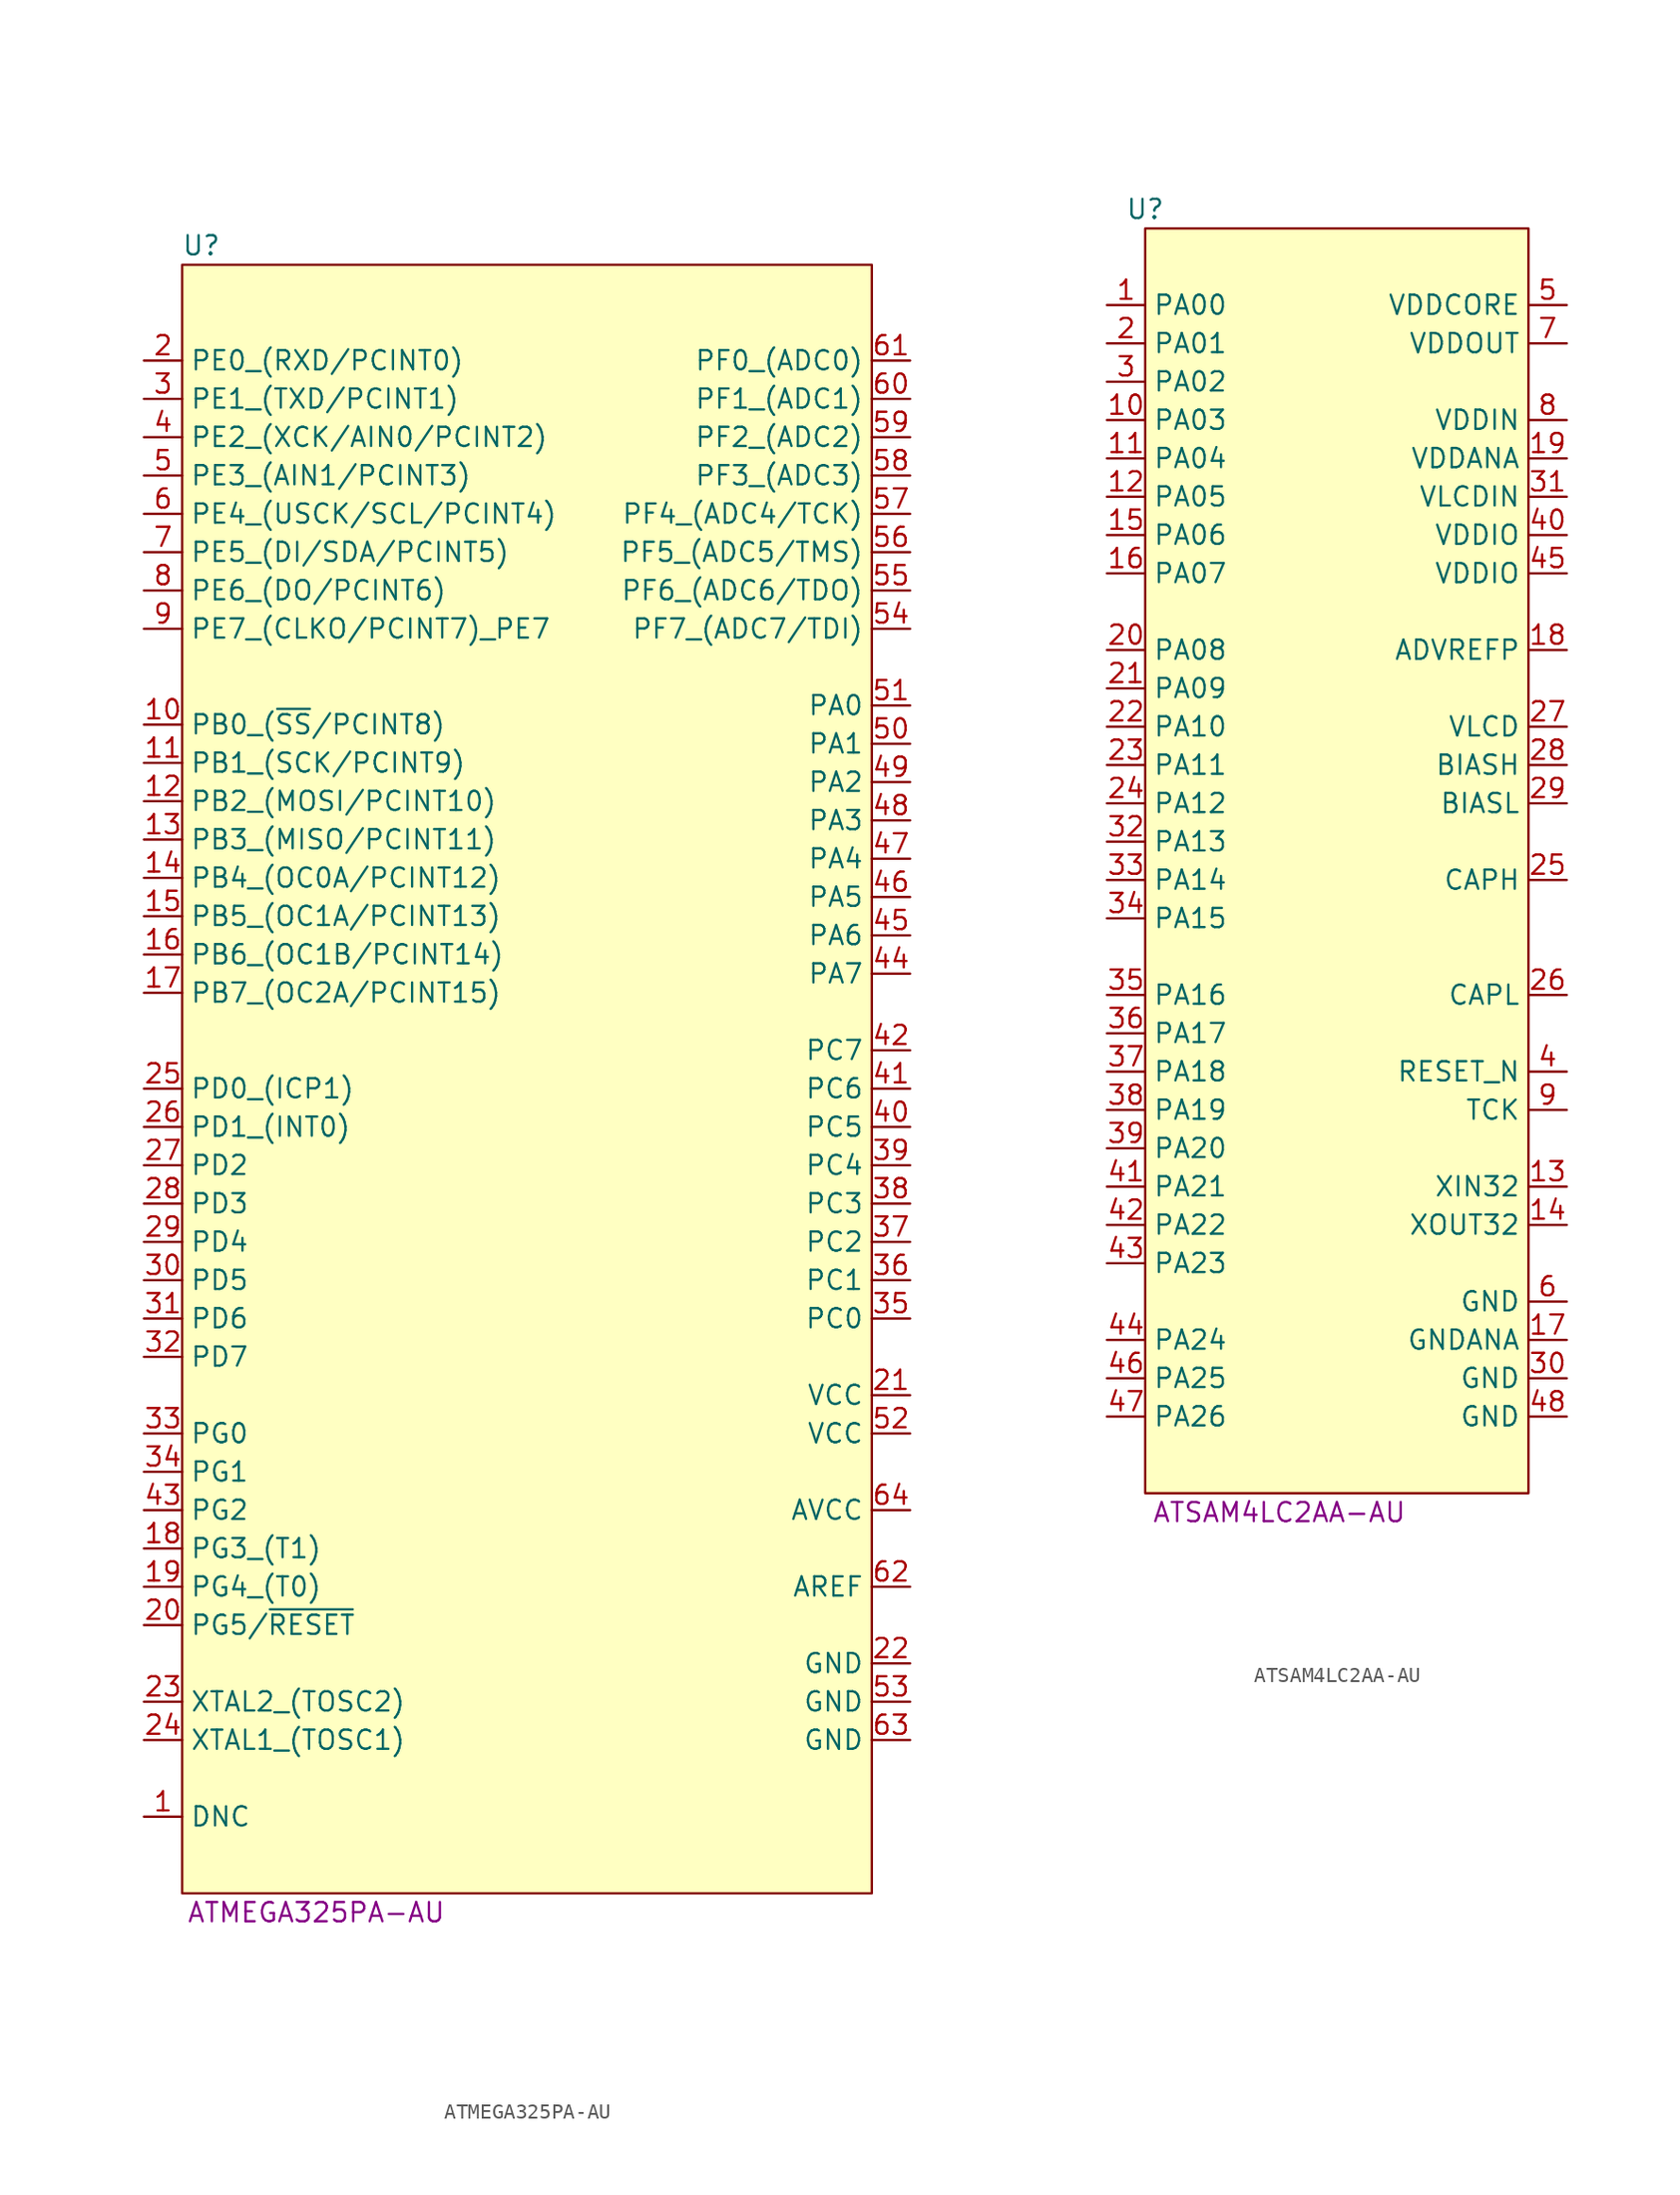
<source format=kicad_sym>
(kicad_symbol_lib
  (version 20231120)
  (generator "kicad_symbol_editor")
  (generator_version "8.0")
  (symbol "ATMEGA325PA-AU"
    (property "Reference" "U"
      (at -21.59 7.62 0)
      (effects (font (size 1.27 1.27))))
    (property "Display Value" "ATMEGA325PA-AU"
      (at -13.97 -102.87 0)
      (effects (font (size 1.27 1.27))))
    (symbol "ATMEGA325PA-AU_1_1"
      (rectangle (start -22.86 6.35) (end 22.86 -101.6) (stroke (width 0) (type default)) (fill (type background)))
      (pin unspecified line (at -25.4 -96.52 0) (length 2.54) (name "DNC" (effects (font (size 1.27 1.27)))) (number "1" (effects (font (size 1.27 1.27)))))
      (pin unspecified line (at -25.4 -24.13 0) (length 2.54) (name "PB0_(~{SS}/PCINT8)" (effects (font (size 1.27 1.27)))) (number "10" (effects (font (size 1.27 1.27)))))
      (pin unspecified line (at -25.4 -26.67 0) (length 2.54) (name "PB1_(SCK/PCINT9)" (effects (font (size 1.27 1.27)))) (number "11" (effects (font (size 1.27 1.27)))))
      (pin unspecified line (at -25.4 -29.21 0) (length 2.54) (name "PB2_(MOSI/PCINT10)" (effects (font (size 1.27 1.27)))) (number "12" (effects (font (size 1.27 1.27)))))
      (pin unspecified line (at -25.4 -31.75 0) (length 2.54) (name "PB3_(MISO/PCINT11)" (effects (font (size 1.27 1.27)))) (number "13" (effects (font (size 1.27 1.27)))))
      (pin unspecified line (at -25.4 -34.29 0) (length 2.54) (name "PB4_(OC0A/PCINT12)" (effects (font (size 1.27 1.27)))) (number "14" (effects (font (size 1.27 1.27)))))
      (pin unspecified line (at -25.4 -36.83 0) (length 2.54) (name "PB5_(OC1A/PCINT13)" (effects (font (size 1.27 1.27)))) (number "15" (effects (font (size 1.27 1.27)))))
      (pin unspecified line (at -25.4 -39.37 0) (length 2.54) (name "PB6_(OC1B/PCINT14)" (effects (font (size 1.27 1.27)))) (number "16" (effects (font (size 1.27 1.27)))))
      (pin unspecified line (at -25.4 -41.91 0) (length 2.54) (name "PB7_(OC2A/PCINT15)" (effects (font (size 1.27 1.27)))) (number "17" (effects (font (size 1.27 1.27)))))
      (pin unspecified line (at -25.4 -78.74 0) (length 2.54) (name "PG3_(T1)" (effects (font (size 1.27 1.27)))) (number "18" (effects (font (size 1.27 1.27)))))
      (pin unspecified line (at -25.4 -81.28 0) (length 2.54) (name "PG4_(T0)" (effects (font (size 1.27 1.27)))) (number "19" (effects (font (size 1.27 1.27)))))
      (pin unspecified line (at -25.4 0 0) (length 2.54) (name "PE0_(RXD/PCINT0)" (effects (font (size 1.27 1.27)))) (number "2" (effects (font (size 1.27 1.27)))))
      (pin unspecified line (at -25.4 -83.82 0) (length 2.54) (name "PG5/~{RESET}" (effects (font (size 1.27 1.27)))) (number "20" (effects (font (size 1.27 1.27)))))
      (pin unspecified line (at 25.4 -68.58 180) (length 2.54) (name "VCC" (effects (font (size 1.27 1.27)))) (number "21" (effects (font (size 1.27 1.27)))))
      (pin unspecified line (at 25.4 -86.36 180) (length 2.54) (name "GND" (effects (font (size 1.27 1.27)))) (number "22" (effects (font (size 1.27 1.27)))))
      (pin unspecified line (at -25.4 -88.9 0) (length 2.54) (name "XTAL2_(TOSC2)" (effects (font (size 1.27 1.27)))) (number "23" (effects (font (size 1.27 1.27)))))
      (pin unspecified line (at -25.4 -91.44 0) (length 2.54) (name "XTAL1_(TOSC1)" (effects (font (size 1.27 1.27)))) (number "24" (effects (font (size 1.27 1.27)))))
      (pin unspecified line (at -25.4 -48.26 0) (length 2.54) (name "PD0_(ICP1)" (effects (font (size 1.27 1.27)))) (number "25" (effects (font (size 1.27 1.27)))))
      (pin unspecified line (at -25.4 -50.8 0) (length 2.54) (name "PD1_(INT0)" (effects (font (size 1.27 1.27)))) (number "26" (effects (font (size 1.27 1.27)))))
      (pin unspecified line (at -25.4 -53.34 0) (length 2.54) (name "PD2" (effects (font (size 1.27 1.27)))) (number "27" (effects (font (size 1.27 1.27)))))
      (pin unspecified line (at -25.4 -55.88 0) (length 2.54) (name "PD3" (effects (font (size 1.27 1.27)))) (number "28" (effects (font (size 1.27 1.27)))))
      (pin unspecified line (at -25.4 -58.42 0) (length 2.54) (name "PD4" (effects (font (size 1.27 1.27)))) (number "29" (effects (font (size 1.27 1.27)))))
      (pin unspecified line (at -25.4 -2.54 0) (length 2.54) (name "PE1_(TXD/PCINT1)" (effects (font (size 1.27 1.27)))) (number "3" (effects (font (size 1.27 1.27)))))
      (pin unspecified line (at -25.4 -60.96 0) (length 2.54) (name "PD5" (effects (font (size 1.27 1.27)))) (number "30" (effects (font (size 1.27 1.27)))))
      (pin unspecified line (at -25.4 -63.5 0) (length 2.54) (name "PD6" (effects (font (size 1.27 1.27)))) (number "31" (effects (font (size 1.27 1.27)))))
      (pin unspecified line (at -25.4 -66.04 0) (length 2.54) (name "PD7" (effects (font (size 1.27 1.27)))) (number "32" (effects (font (size 1.27 1.27)))))
      (pin unspecified line (at -25.4 -71.12 0) (length 2.54) (name "PG0" (effects (font (size 1.27 1.27)))) (number "33" (effects (font (size 1.27 1.27)))))
      (pin unspecified line (at -25.4 -73.66 0) (length 2.54) (name "PG1" (effects (font (size 1.27 1.27)))) (number "34" (effects (font (size 1.27 1.27)))))
      (pin unspecified line (at 25.4 -63.5 180) (length 2.54) (name "PC0" (effects (font (size 1.27 1.27)))) (number "35" (effects (font (size 1.27 1.27)))))
      (pin unspecified line (at 25.4 -60.96 180) (length 2.54) (name "PC1" (effects (font (size 1.27 1.27)))) (number "36" (effects (font (size 1.27 1.27)))))
      (pin unspecified line (at 25.4 -58.42 180) (length 2.54) (name "PC2" (effects (font (size 1.27 1.27)))) (number "37" (effects (font (size 1.27 1.27)))))
      (pin unspecified line (at 25.4 -55.88 180) (length 2.54) (name "PC3" (effects (font (size 1.27 1.27)))) (number "38" (effects (font (size 1.27 1.27)))))
      (pin unspecified line (at 25.4 -53.34 180) (length 2.54) (name "PC4" (effects (font (size 1.27 1.27)))) (number "39" (effects (font (size 1.27 1.27)))))
      (pin unspecified line (at -25.4 -5.08 0) (length 2.54) (name "PE2_(XCK/AIN0/PCINT2)" (effects (font (size 1.27 1.27)))) (number "4" (effects (font (size 1.27 1.27)))))
      (pin unspecified line (at 25.4 -50.8 180) (length 2.54) (name "PC5" (effects (font (size 1.27 1.27)))) (number "40" (effects (font (size 1.27 1.27)))))
      (pin unspecified line (at 25.4 -48.26 180) (length 2.54) (name "PC6" (effects (font (size 1.27 1.27)))) (number "41" (effects (font (size 1.27 1.27)))))
      (pin unspecified line (at 25.4 -45.72 180) (length 2.54) (name "PC7" (effects (font (size 1.27 1.27)))) (number "42" (effects (font (size 1.27 1.27)))))
      (pin unspecified line (at -25.4 -76.2 0) (length 2.54) (name "PG2" (effects (font (size 1.27 1.27)))) (number "43" (effects (font (size 1.27 1.27)))))
      (pin unspecified line (at 25.4 -40.64 180) (length 2.54) (name "PA7" (effects (font (size 1.27 1.27)))) (number "44" (effects (font (size 1.27 1.27)))))
      (pin unspecified line (at 25.4 -38.1 180) (length 2.54) (name "PA6" (effects (font (size 1.27 1.27)))) (number "45" (effects (font (size 1.27 1.27)))))
      (pin unspecified line (at 25.4 -35.56 180) (length 2.54) (name "PA5" (effects (font (size 1.27 1.27)))) (number "46" (effects (font (size 1.27 1.27)))))
      (pin unspecified line (at 25.4 -33.02 180) (length 2.54) (name "PA4" (effects (font (size 1.27 1.27)))) (number "47" (effects (font (size 1.27 1.27)))))
      (pin unspecified line (at 25.4 -30.48 180) (length 2.54) (name "PA3" (effects (font (size 1.27 1.27)))) (number "48" (effects (font (size 1.27 1.27)))))
      (pin unspecified line (at 25.4 -27.94 180) (length 2.54) (name "PA2" (effects (font (size 1.27 1.27)))) (number "49" (effects (font (size 1.27 1.27)))))
      (pin unspecified line (at -25.4 -7.62 0) (length 2.54) (name "PE3_(AIN1/PCINT3)" (effects (font (size 1.27 1.27)))) (number "5" (effects (font (size 1.27 1.27)))))
      (pin unspecified line (at 25.4 -25.4 180) (length 2.54) (name "PA1" (effects (font (size 1.27 1.27)))) (number "50" (effects (font (size 1.27 1.27)))))
      (pin unspecified line (at 25.4 -22.86 180) (length 2.54) (name "PA0" (effects (font (size 1.27 1.27)))) (number "51" (effects (font (size 1.27 1.27)))))
      (pin unspecified line (at 25.4 -71.12 180) (length 2.54) (name "VCC" (effects (font (size 1.27 1.27)))) (number "52" (effects (font (size 1.27 1.27)))))
      (pin unspecified line (at 25.4 -88.9 180) (length 2.54) (name "GND" (effects (font (size 1.27 1.27)))) (number "53" (effects (font (size 1.27 1.27)))))
      (pin unspecified line (at 25.4 -17.78 180) (length 2.54) (name "PF7_(ADC7/TDI)" (effects (font (size 1.27 1.27)))) (number "54" (effects (font (size 1.27 1.27)))))
      (pin unspecified line (at 25.4 -15.24 180) (length 2.54) (name "PF6_(ADC6/TDO)" (effects (font (size 1.27 1.27)))) (number "55" (effects (font (size 1.27 1.27)))))
      (pin unspecified line (at 25.4 -12.7 180) (length 2.54) (name "PF5_(ADC5/TMS)" (effects (font (size 1.27 1.27)))) (number "56" (effects (font (size 1.27 1.27)))))
      (pin unspecified line (at 25.4 -10.16 180) (length 2.54) (name "PF4_(ADC4/TCK)" (effects (font (size 1.27 1.27)))) (number "57" (effects (font (size 1.27 1.27)))))
      (pin unspecified line (at 25.4 -7.62 180) (length 2.54) (name "PF3_(ADC3)" (effects (font (size 1.27 1.27)))) (number "58" (effects (font (size 1.27 1.27)))))
      (pin unspecified line (at 25.4 -5.08 180) (length 2.54) (name "PF2_(ADC2)" (effects (font (size 1.27 1.27)))) (number "59" (effects (font (size 1.27 1.27)))))
      (pin unspecified line (at -25.4 -10.16 0) (length 2.54) (name "PE4_(USCK/SCL/PCINT4)" (effects (font (size 1.27 1.27)))) (number "6" (effects (font (size 1.27 1.27)))))
      (pin unspecified line (at 25.4 -2.54 180) (length 2.54) (name "PF1_(ADC1)" (effects (font (size 1.27 1.27)))) (number "60" (effects (font (size 1.27 1.27)))))
      (pin unspecified line (at 25.4 0 180) (length 2.54) (name "PF0_(ADC0)" (effects (font (size 1.27 1.27)))) (number "61" (effects (font (size 1.27 1.27)))))
      (pin unspecified line (at 25.4 -81.28 180) (length 2.54) (name "AREF" (effects (font (size 1.27 1.27)))) (number "62" (effects (font (size 1.27 1.27)))))
      (pin unspecified line (at 25.4 -91.44 180) (length 2.54) (name "GND" (effects (font (size 1.27 1.27)))) (number "63" (effects (font (size 1.27 1.27)))))
      (pin unspecified line (at 25.4 -76.2 180) (length 2.54) (name "AVCC" (effects (font (size 1.27 1.27)))) (number "64" (effects (font (size 1.27 1.27)))))
      (pin unspecified line (at -25.4 -12.7 0) (length 2.54) (name "PE5_(DI/SDA/PCINT5)" (effects (font (size 1.27 1.27)))) (number "7" (effects (font (size 1.27 1.27)))))
      (pin unspecified line (at -25.4 -15.24 0) (length 2.54) (name "PE6_(DO/PCINT6)" (effects (font (size 1.27 1.27)))) (number "8" (effects (font (size 1.27 1.27)))))
      (pin unspecified line (at -25.4 -17.78 0) (length 2.54) (name "PE7_(CLKO/PCINT7)_PE7" (effects (font (size 1.27 1.27)))) (number "9" (effects (font (size 1.27 1.27)))))))
  (symbol "ATSAM4LC2AA-AU"
    (property "Reference" "U"
      (at -12.7 6.35 0)
      (effects (font (size 1.27 1.27))))
    (property "Display Value" "ATSAM4LC2AA-AU"
      (at -3.81 -80.01 0)
      (effects (font (size 1.27 1.27))))
    (symbol "ATSAM4LC2AA-AU_1_1"
      (rectangle (start -12.7 5.08) (end 12.7 -78.74) (stroke (width 0) (type default)) (fill (type background)))
      (pin unspecified line (at -15.24 0 0) (length 2.54) (name "PA00" (effects (font (size 1.27 1.27)))) (number "1" (effects (font (size 1.27 1.27)))))
      (pin unspecified line (at -15.24 -7.62 0) (length 2.54) (name "PA03" (effects (font (size 1.27 1.27)))) (number "10" (effects (font (size 1.27 1.27)))))
      (pin unspecified line (at -15.24 -10.16 0) (length 2.54) (name "PA04" (effects (font (size 1.27 1.27)))) (number "11" (effects (font (size 1.27 1.27)))))
      (pin unspecified line (at -15.24 -12.7 0) (length 2.54) (name "PA05" (effects (font (size 1.27 1.27)))) (number "12" (effects (font (size 1.27 1.27)))))
      (pin unspecified line (at 15.24 -58.42 180) (length 2.54) (name "XIN32" (effects (font (size 1.27 1.27)))) (number "13" (effects (font (size 1.27 1.27)))))
      (pin unspecified line (at 15.24 -60.96 180) (length 2.54) (name "XOUT32" (effects (font (size 1.27 1.27)))) (number "14" (effects (font (size 1.27 1.27)))))
      (pin unspecified line (at -15.24 -15.24 0) (length 2.54) (name "PA06" (effects (font (size 1.27 1.27)))) (number "15" (effects (font (size 1.27 1.27)))))
      (pin unspecified line (at -15.24 -17.78 0) (length 2.54) (name "PA07" (effects (font (size 1.27 1.27)))) (number "16" (effects (font (size 1.27 1.27)))))
      (pin unspecified line (at 15.24 -68.58 180) (length 2.54) (name "GNDANA" (effects (font (size 1.27 1.27)))) (number "17" (effects (font (size 1.27 1.27)))))
      (pin unspecified line (at 15.24 -22.86 180) (length 2.54) (name "ADVREFP" (effects (font (size 1.27 1.27)))) (number "18" (effects (font (size 1.27 1.27)))))
      (pin unspecified line (at 15.24 -10.16 180) (length 2.54) (name "VDDANA" (effects (font (size 1.27 1.27)))) (number "19" (effects (font (size 1.27 1.27)))))
      (pin unspecified line (at -15.24 -2.54 0) (length 2.54) (name "PA01" (effects (font (size 1.27 1.27)))) (number "2" (effects (font (size 1.27 1.27)))))
      (pin unspecified line (at -15.24 -22.86 0) (length 2.54) (name "PA08" (effects (font (size 1.27 1.27)))) (number "20" (effects (font (size 1.27 1.27)))))
      (pin unspecified line (at -15.24 -25.4 0) (length 2.54) (name "PA09" (effects (font (size 1.27 1.27)))) (number "21" (effects (font (size 1.27 1.27)))))
      (pin unspecified line (at -15.24 -27.94 0) (length 2.54) (name "PA10" (effects (font (size 1.27 1.27)))) (number "22" (effects (font (size 1.27 1.27)))))
      (pin unspecified line (at -15.24 -30.48 0) (length 2.54) (name "PA11" (effects (font (size 1.27 1.27)))) (number "23" (effects (font (size 1.27 1.27)))))
      (pin unspecified line (at -15.24 -33.02 0) (length 2.54) (name "PA12" (effects (font (size 1.27 1.27)))) (number "24" (effects (font (size 1.27 1.27)))))
      (pin unspecified line (at 15.24 -38.1 180) (length 2.54) (name "CAPH" (effects (font (size 1.27 1.27)))) (number "25" (effects (font (size 1.27 1.27)))))
      (pin unspecified line (at 15.24 -45.72 180) (length 2.54) (name "CAPL" (effects (font (size 1.27 1.27)))) (number "26" (effects (font (size 1.27 1.27)))))
      (pin unspecified line (at 15.24 -27.94 180) (length 2.54) (name "VLCD" (effects (font (size 1.27 1.27)))) (number "27" (effects (font (size 1.27 1.27)))))
      (pin unspecified line (at 15.24 -30.48 180) (length 2.54) (name "BIASH" (effects (font (size 1.27 1.27)))) (number "28" (effects (font (size 1.27 1.27)))))
      (pin unspecified line (at 15.24 -33.02 180) (length 2.54) (name "BIASL" (effects (font (size 1.27 1.27)))) (number "29" (effects (font (size 1.27 1.27)))))
      (pin unspecified line (at -15.24 -5.08 0) (length 2.54) (name "PA02" (effects (font (size 1.27 1.27)))) (number "3" (effects (font (size 1.27 1.27)))))
      (pin unspecified line (at 15.24 -71.12 180) (length 2.54) (name "GND" (effects (font (size 1.27 1.27)))) (number "30" (effects (font (size 1.27 1.27)))))
      (pin unspecified line (at 15.24 -12.7 180) (length 2.54) (name "VLCDIN" (effects (font (size 1.27 1.27)))) (number "31" (effects (font (size 1.27 1.27)))))
      (pin unspecified line (at -15.24 -35.56 0) (length 2.54) (name "PA13" (effects (font (size 1.27 1.27)))) (number "32" (effects (font (size 1.27 1.27)))))
      (pin unspecified line (at -15.24 -38.1 0) (length 2.54) (name "PA14" (effects (font (size 1.27 1.27)))) (number "33" (effects (font (size 1.27 1.27)))))
      (pin unspecified line (at -15.24 -40.64 0) (length 2.54) (name "PA15" (effects (font (size 1.27 1.27)))) (number "34" (effects (font (size 1.27 1.27)))))
      (pin unspecified line (at -15.24 -45.72 0) (length 2.54) (name "PA16" (effects (font (size 1.27 1.27)))) (number "35" (effects (font (size 1.27 1.27)))))
      (pin unspecified line (at -15.24 -48.26 0) (length 2.54) (name "PA17" (effects (font (size 1.27 1.27)))) (number "36" (effects (font (size 1.27 1.27)))))
      (pin unspecified line (at -15.24 -50.8 0) (length 2.54) (name "PA18" (effects (font (size 1.27 1.27)))) (number "37" (effects (font (size 1.27 1.27)))))
      (pin unspecified line (at -15.24 -53.34 0) (length 2.54) (name "PA19" (effects (font (size 1.27 1.27)))) (number "38" (effects (font (size 1.27 1.27)))))
      (pin unspecified line (at -15.24 -55.88 0) (length 2.54) (name "PA20" (effects (font (size 1.27 1.27)))) (number "39" (effects (font (size 1.27 1.27)))))
      (pin unspecified line (at 15.24 -50.8 180) (length 2.54) (name "RESET_N" (effects (font (size 1.27 1.27)))) (number "4" (effects (font (size 1.27 1.27)))))
      (pin unspecified line (at 15.24 -15.24 180) (length 2.54) (name "VDDIO" (effects (font (size 1.27 1.27)))) (number "40" (effects (font (size 1.27 1.27)))))
      (pin unspecified line (at -15.24 -58.42 0) (length 2.54) (name "PA21" (effects (font (size 1.27 1.27)))) (number "41" (effects (font (size 1.27 1.27)))))
      (pin unspecified line (at -15.24 -60.96 0) (length 2.54) (name "PA22" (effects (font (size 1.27 1.27)))) (number "42" (effects (font (size 1.27 1.27)))))
      (pin unspecified line (at -15.24 -63.5 0) (length 2.54) (name "PA23" (effects (font (size 1.27 1.27)))) (number "43" (effects (font (size 1.27 1.27)))))
      (pin unspecified line (at -15.24 -68.58 0) (length 2.54) (name "PA24" (effects (font (size 1.27 1.27)))) (number "44" (effects (font (size 1.27 1.27)))))
      (pin unspecified line (at 15.24 -17.78 180) (length 2.54) (name "VDDIO" (effects (font (size 1.27 1.27)))) (number "45" (effects (font (size 1.27 1.27)))))
      (pin unspecified line (at -15.24 -71.12 0) (length 2.54) (name "PA25" (effects (font (size 1.27 1.27)))) (number "46" (effects (font (size 1.27 1.27)))))
      (pin unspecified line (at -15.24 -73.66 0) (length 2.54) (name "PA26" (effects (font (size 1.27 1.27)))) (number "47" (effects (font (size 1.27 1.27)))))
      (pin unspecified line (at 15.24 -73.66 180) (length 2.54) (name "GND" (effects (font (size 1.27 1.27)))) (number "48" (effects (font (size 1.27 1.27)))))
      (pin unspecified line (at 15.24 0 180) (length 2.54) (name "VDDCORE" (effects (font (size 1.27 1.27)))) (number "5" (effects (font (size 1.27 1.27)))))
      (pin unspecified line (at 15.24 -66.04 180) (length 2.54) (name "GND" (effects (font (size 1.27 1.27)))) (number "6" (effects (font (size 1.27 1.27)))))
      (pin unspecified line (at 15.24 -2.54 180) (length 2.54) (name "VDDOUT" (effects (font (size 1.27 1.27)))) (number "7" (effects (font (size 1.27 1.27)))))
      (pin unspecified line (at 15.24 -7.62 180) (length 2.54) (name "VDDIN" (effects (font (size 1.27 1.27)))) (number "8" (effects (font (size 1.27 1.27)))))
      (pin unspecified line (at 15.24 -53.34 180) (length 2.54) (name "TCK" (effects (font (size 1.27 1.27)))) (number "9" (effects (font (size 1.27 1.27))))))))
</source>
